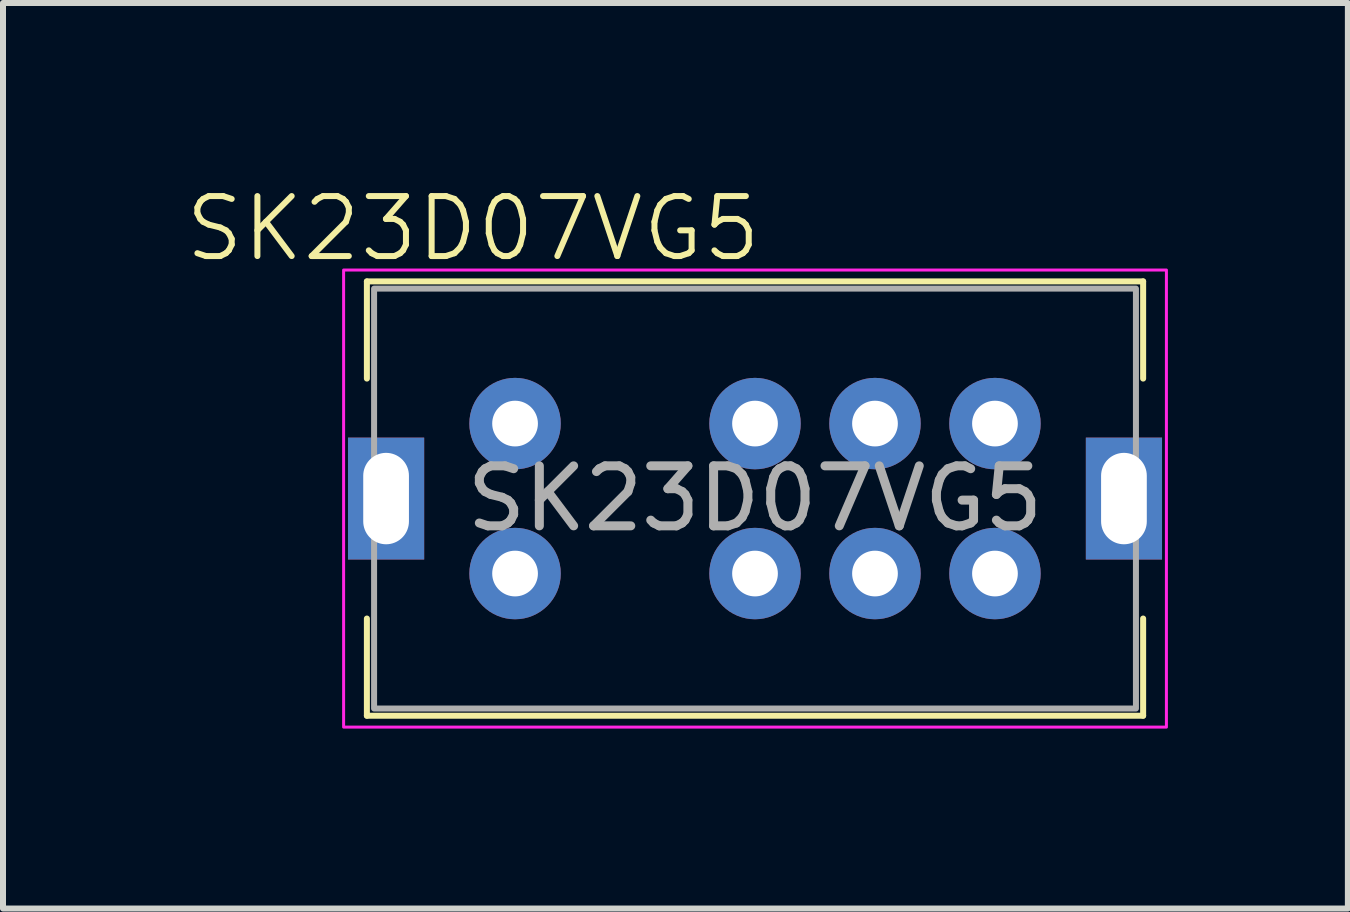
<source format=kicad_pcb>
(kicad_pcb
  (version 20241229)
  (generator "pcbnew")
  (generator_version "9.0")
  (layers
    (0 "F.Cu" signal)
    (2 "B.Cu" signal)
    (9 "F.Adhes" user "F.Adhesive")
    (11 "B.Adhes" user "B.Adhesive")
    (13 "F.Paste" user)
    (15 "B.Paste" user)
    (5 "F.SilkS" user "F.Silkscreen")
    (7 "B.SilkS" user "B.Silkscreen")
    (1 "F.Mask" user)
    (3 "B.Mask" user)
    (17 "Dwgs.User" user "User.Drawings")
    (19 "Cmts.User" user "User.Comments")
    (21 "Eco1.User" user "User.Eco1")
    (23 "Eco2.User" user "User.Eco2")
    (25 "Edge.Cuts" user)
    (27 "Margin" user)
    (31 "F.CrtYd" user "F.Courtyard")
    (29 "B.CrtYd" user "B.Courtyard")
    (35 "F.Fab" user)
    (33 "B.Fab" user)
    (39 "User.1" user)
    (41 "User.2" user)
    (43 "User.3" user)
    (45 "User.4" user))
  (footprint "SK23D07VG5"
    (layer "F.Cu")
    (at 9.536 5.261)
    (property "Reference" "SK23D07VG5" (at -4.7 -4.5 0) (unlocked yes) (layer "F.SilkS") (effects (font (size 1 1) (thickness 0.1))))
    (attr through_hole)
    (fp_line (start -6.47 -3.62) (end -6.47 -2) (stroke (width 0.1) (type default)) (layer "F.SilkS"))
    (fp_line (start -6.47 -3.62) (end 6.47 -3.62) (stroke (width 0.1) (type default)) (layer "F.SilkS"))
    (fp_line (start -6.47 2) (end -6.47 3.62) (stroke (width 0.1) (type default)) (layer "F.SilkS"))
    (fp_line (start -6.47 3.62) (end 6.47 3.62) (stroke (width 0.1) (type default)) (layer "F.SilkS"))
    (fp_line (start 6.47 -3.62) (end 6.47 -2) (stroke (width 0.1) (type default)) (layer "F.SilkS"))
    (fp_line (start 6.47 3.62) (end 6.47 2) (stroke (width 0.1) (type default)) (layer "F.SilkS"))
    (fp_rect (start -6.858 -3.81) (end 6.858 3.81) (stroke (width 0.05) (type default)) (fill no) (layer "F.CrtYd"))
    (fp_rect (start -6.35 -3.5) (end 6.35 3.5) (stroke (width 0.1) (type default)) (fill no) (layer "F.Fab"))
    (fp_text user "${REFERENCE}" (at 0 0 0) (unlocked yes) (layer "F.Fab") (effects (font (size 1 1) (thickness 0.15))))
    (pad "1" thru_hole circle (at 4 -1.25) (size 1.524 1.524) (drill 0.762) (layers "*.Cu" "*.Mask"))
    (pad "2" thru_hole circle (at 2 -1.25) (size 1.524 1.524) (drill 0.762) (layers "*.Cu" "*.Mask"))
    (pad "3" thru_hole circle (at 0 -1.25) (size 1.524 1.524) (drill 0.762) (layers "*.Cu" "*.Mask"))
    (pad "4" thru_hole circle (at -4 -1.25) (size 1.524 1.524) (drill 0.762) (layers "*.Cu" "*.Mask"))
    (pad "5" thru_hole circle (at 4 1.25) (size 1.524 1.524) (drill 0.762) (layers "*.Cu" "*.Mask"))
    (pad "6" thru_hole circle (at 2 1.25) (size 1.524 1.524) (drill 0.762) (layers "*.Cu" "*.Mask"))
    (pad "7" thru_hole circle (at 0 1.25) (size 1.524 1.524) (drill 0.762) (layers "*.Cu" "*.Mask"))
    (pad "8" thru_hole circle (at -4 1.25) (size 1.524 1.524) (drill 0.762) (layers "*.Cu" "*.Mask"))
    (pad "MP" thru_hole rect (at -6.15 0) (size 1.27 2.032) (drill oval 0.762 1.524) (layers "*.Cu" "*.Mask"))
    (pad "MP" thru_hole rect (at 6.15 0) (size 1.27 2.032) (drill oval 0.762 1.524) (layers "*.Cu" "*.Mask")))
  (gr_rect
    (start -3 -3)
    (end 19.419 12.095)
    (stroke (width 0.1) (type default))
    (fill no)
    (layer "Edge.Cuts")))
</source>
